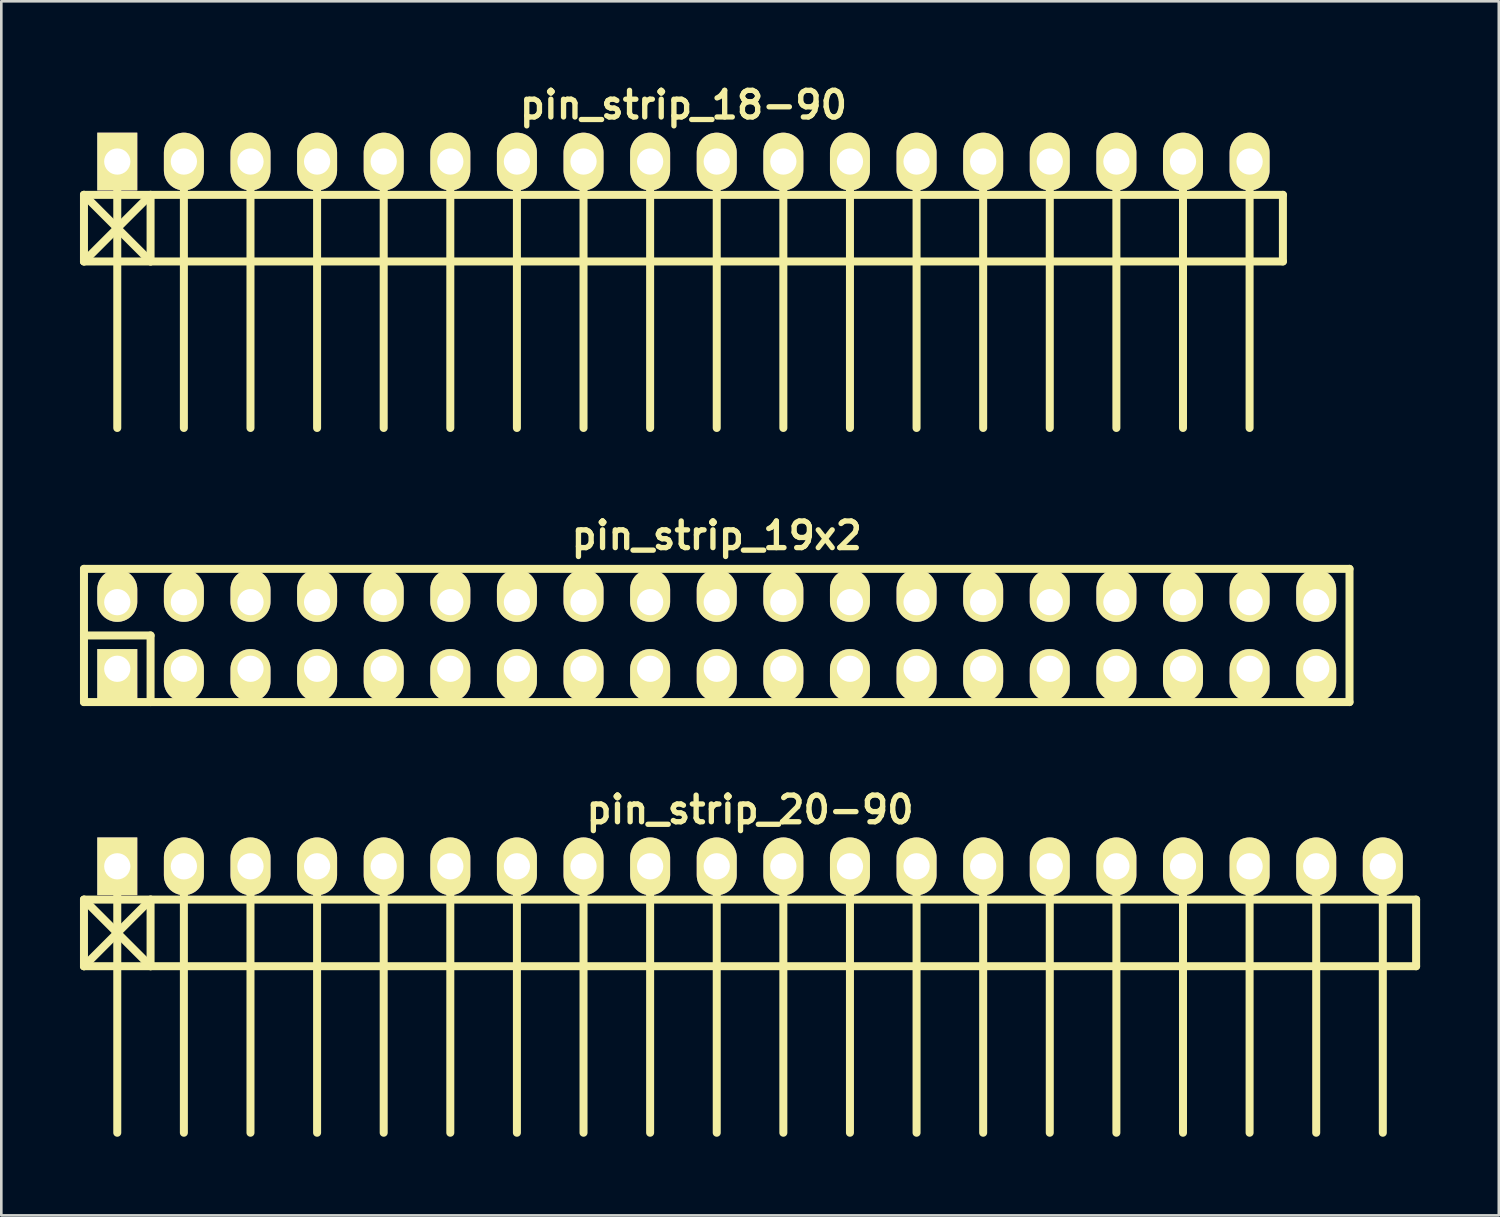
<source format=kicad_pcb>
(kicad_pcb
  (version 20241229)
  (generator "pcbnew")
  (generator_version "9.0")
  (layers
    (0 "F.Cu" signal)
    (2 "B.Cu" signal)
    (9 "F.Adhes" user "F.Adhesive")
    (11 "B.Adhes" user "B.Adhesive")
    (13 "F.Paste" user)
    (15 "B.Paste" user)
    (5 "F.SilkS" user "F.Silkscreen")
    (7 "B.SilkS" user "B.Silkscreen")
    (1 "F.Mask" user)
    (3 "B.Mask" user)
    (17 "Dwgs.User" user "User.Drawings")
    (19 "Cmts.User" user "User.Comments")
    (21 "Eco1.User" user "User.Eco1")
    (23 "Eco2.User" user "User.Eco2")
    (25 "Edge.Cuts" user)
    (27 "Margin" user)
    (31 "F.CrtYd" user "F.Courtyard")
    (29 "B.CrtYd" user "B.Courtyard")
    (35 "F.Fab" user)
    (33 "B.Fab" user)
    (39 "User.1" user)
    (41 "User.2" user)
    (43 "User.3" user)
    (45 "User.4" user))
  (footprint "pin_strip_18-90"
    (layer "F.Cu")
    (at 23.012 3.11)
    (property "Reference" "pin_strip_18-90" (at 0 -2.159 0) (layer "F.SilkS") (effects (font (size 1.016 1.016) (thickness 0.203))))
    (attr through_hole)
    (fp_line (start -22.86 1.27) (end 22.86 1.27) (stroke (width 0.305) (type solid)) (layer "F.SilkS"))
    (fp_line (start -22.86 3.81) (end -22.86 1.27) (stroke (width 0.305) (type solid)) (layer "F.SilkS"))
    (fp_line (start -22.86 3.81) (end -20.32 1.27) (stroke (width 0.305) (type solid)) (layer "F.SilkS"))
    (fp_line (start -21.59 0) (end -21.59 10.16) (stroke (width 0.305) (type solid)) (layer "F.SilkS"))
    (fp_line (start -20.32 1.27) (end -20.32 3.81) (stroke (width 0.305) (type solid)) (layer "F.SilkS"))
    (fp_line (start -20.32 3.81) (end -22.86 1.27) (stroke (width 0.305) (type solid)) (layer "F.SilkS"))
    (fp_line (start -19.05 0) (end -19.05 10.16) (stroke (width 0.305) (type solid)) (layer "F.SilkS"))
    (fp_line (start -16.51 10.16) (end -16.51 0) (stroke (width 0.305) (type solid)) (layer "F.SilkS"))
    (fp_line (start -13.97 0) (end -13.97 10.16) (stroke (width 0.305) (type solid)) (layer "F.SilkS"))
    (fp_line (start -11.43 0) (end -11.43 10.16) (stroke (width 0.305) (type solid)) (layer "F.SilkS"))
    (fp_line (start -8.89 0) (end -8.89 10.16) (stroke (width 0.305) (type solid)) (layer "F.SilkS"))
    (fp_line (start -6.35 0) (end -6.35 10.16) (stroke (width 0.305) (type solid)) (layer "F.SilkS"))
    (fp_line (start -3.81 0) (end -3.81 10.16) (stroke (width 0.305) (type solid)) (layer "F.SilkS"))
    (fp_line (start -1.27 0) (end -1.27 10.16) (stroke (width 0.305) (type solid)) (layer "F.SilkS"))
    (fp_line (start 1.27 0) (end 1.27 10.16) (stroke (width 0.305) (type solid)) (layer "F.SilkS"))
    (fp_line (start 3.81 0) (end 3.81 10.16) (stroke (width 0.305) (type solid)) (layer "F.SilkS"))
    (fp_line (start 6.35 0) (end 6.35 10.16) (stroke (width 0.305) (type solid)) (layer "F.SilkS"))
    (fp_line (start 8.89 10.16) (end 8.89 0) (stroke (width 0.305) (type solid)) (layer "F.SilkS"))
    (fp_line (start 11.43 0) (end 11.43 10.16) (stroke (width 0.305) (type solid)) (layer "F.SilkS"))
    (fp_line (start 13.97 0) (end 13.97 10.16) (stroke (width 0.305) (type solid)) (layer "F.SilkS"))
    (fp_line (start 16.51 0) (end 16.51 10.16) (stroke (width 0.305) (type solid)) (layer "F.SilkS"))
    (fp_line (start 19.05 0) (end 19.05 10.16) (stroke (width 0.305) (type solid)) (layer "F.SilkS"))
    (fp_line (start 21.59 0) (end 21.59 10.16) (stroke (width 0.305) (type solid)) (layer "F.SilkS"))
    (fp_line (start 22.86 1.27) (end 22.86 3.81) (stroke (width 0.305) (type solid)) (layer "F.SilkS"))
    (fp_line (start 22.86 3.81) (end -22.86 3.81) (stroke (width 0.305) (type solid)) (layer "F.SilkS"))
    (pad "1" thru_hole rect (at -21.59 0) (size 1.524 2.2) (drill 1.001) (layers "*.Cu" "*.Mask" "F.SilkS"))
    (pad "2" thru_hole oval (at -19.05 0) (size 1.524 2.2) (drill 1.001) (layers "*.Cu" "*.Mask" "F.SilkS"))
    (pad "3" thru_hole oval (at -16.51 0) (size 1.524 2.2) (drill 1.001) (layers "*.Cu" "*.Mask" "F.SilkS"))
    (pad "4" thru_hole oval (at -13.97 0) (size 1.524 2.2) (drill 1.001) (layers "*.Cu" "*.Mask" "F.SilkS"))
    (pad "5" thru_hole oval (at -11.43 0) (size 1.524 2.2) (drill 1.001) (layers "*.Cu" "*.Mask" "F.SilkS"))
    (pad "6" thru_hole oval (at -8.89 0) (size 1.524 2.2) (drill 1.001) (layers "*.Cu" "*.Mask" "F.SilkS"))
    (pad "7" thru_hole oval (at -6.35 0) (size 1.524 2.2) (drill 1.001) (layers "*.Cu" "*.Mask" "F.SilkS"))
    (pad "8" thru_hole oval (at -3.81 0) (size 1.524 2.2) (drill 1.001) (layers "*.Cu" "*.Mask" "F.SilkS"))
    (pad "9" thru_hole oval (at -1.27 0) (size 1.524 2.2) (drill 1.001) (layers "*.Cu" "*.Mask" "F.SilkS"))
    (pad "10" thru_hole oval (at 1.27 0) (size 1.524 2.2) (drill 1.001) (layers "*.Cu" "*.Mask" "F.SilkS"))
    (pad "11" thru_hole oval (at 3.81 0) (size 1.524 2.2) (drill 1.001) (layers "*.Cu" "*.Mask" "F.SilkS"))
    (pad "12" thru_hole oval (at 6.35 0) (size 1.524 2.2) (drill 1.001) (layers "*.Cu" "*.Mask" "F.SilkS"))
    (pad "13" thru_hole oval (at 8.89 0) (size 1.524 2.2) (drill 1.001) (layers "*.Cu" "*.Mask" "F.SilkS"))
    (pad "14" thru_hole oval (at 11.43 0) (size 1.524 2.2) (drill 1.001) (layers "*.Cu" "*.Mask" "F.SilkS"))
    (pad "15" thru_hole oval (at 13.97 0) (size 1.524 2.2) (drill 1.001) (layers "*.Cu" "*.Mask" "F.SilkS"))
    (pad "16" thru_hole oval (at 16.51 0) (size 1.524 2.2) (drill 1.001) (layers "*.Cu" "*.Mask" "F.SilkS"))
    (pad "17" thru_hole oval (at 19.05 0) (size 1.524 2.2) (drill 1.001) (layers "*.Cu" "*.Mask" "F.SilkS"))
    (pad "18" thru_hole oval (at 21.59 0) (size 1.524 2.2) (drill 1.001) (layers "*.Cu" "*.Mask" "F.SilkS")))
  (footprint "pin_strip_20-90"
    (layer "F.Cu")
    (at 25.552 29.986)
    (property "Reference" "pin_strip_20-90" (at 0 -2.159 0) (layer "F.SilkS") (effects (font (size 1.016 1.016) (thickness 0.203))))
    (attr through_hole)
    (fp_line (start -25.4 1.27) (end 25.4 1.27) (stroke (width 0.305) (type solid)) (layer "F.SilkS"))
    (fp_line (start -25.4 3.81) (end -25.4 1.27) (stroke (width 0.305) (type solid)) (layer "F.SilkS"))
    (fp_line (start -25.4 3.81) (end -22.86 1.27) (stroke (width 0.305) (type solid)) (layer "F.SilkS"))
    (fp_line (start -24.13 0) (end -24.13 10.16) (stroke (width 0.305) (type solid)) (layer "F.SilkS"))
    (fp_line (start -22.86 1.27) (end -22.86 3.81) (stroke (width 0.305) (type solid)) (layer "F.SilkS"))
    (fp_line (start -22.86 3.81) (end -25.4 1.27) (stroke (width 0.305) (type solid)) (layer "F.SilkS"))
    (fp_line (start -21.59 0) (end -21.59 10.16) (stroke (width 0.305) (type solid)) (layer "F.SilkS"))
    (fp_line (start -19.05 10.16) (end -19.05 0) (stroke (width 0.305) (type solid)) (layer "F.SilkS"))
    (fp_line (start -16.51 0) (end -16.51 10.16) (stroke (width 0.305) (type solid)) (layer "F.SilkS"))
    (fp_line (start -13.97 0) (end -13.97 10.16) (stroke (width 0.305) (type solid)) (layer "F.SilkS"))
    (fp_line (start -11.43 0) (end -11.43 10.16) (stroke (width 0.305) (type solid)) (layer "F.SilkS"))
    (fp_line (start -8.89 0) (end -8.89 10.16) (stroke (width 0.305) (type solid)) (layer "F.SilkS"))
    (fp_line (start -6.35 0) (end -6.35 10.16) (stroke (width 0.305) (type solid)) (layer "F.SilkS"))
    (fp_line (start -3.81 0) (end -3.81 10.16) (stroke (width 0.305) (type solid)) (layer "F.SilkS"))
    (fp_line (start -1.27 0) (end -1.27 10.16) (stroke (width 0.305) (type solid)) (layer "F.SilkS"))
    (fp_line (start 1.27 0) (end 1.27 10.16) (stroke (width 0.305) (type solid)) (layer "F.SilkS"))
    (fp_line (start 3.81 0) (end 3.81 10.16) (stroke (width 0.305) (type solid)) (layer "F.SilkS"))
    (fp_line (start 6.35 10.16) (end 6.35 0) (stroke (width 0.305) (type solid)) (layer "F.SilkS"))
    (fp_line (start 8.89 0) (end 8.89 10.16) (stroke (width 0.305) (type solid)) (layer "F.SilkS"))
    (fp_line (start 11.43 0) (end 11.43 10.16) (stroke (width 0.305) (type solid)) (layer "F.SilkS"))
    (fp_line (start 13.97 0) (end 13.97 10.16) (stroke (width 0.305) (type solid)) (layer "F.SilkS"))
    (fp_line (start 16.51 0) (end 16.51 10.16) (stroke (width 0.305) (type solid)) (layer "F.SilkS"))
    (fp_line (start 19.05 0) (end 19.05 10.16) (stroke (width 0.305) (type solid)) (layer "F.SilkS"))
    (fp_line (start 21.59 0) (end 21.59 10.16) (stroke (width 0.305) (type solid)) (layer "F.SilkS"))
    (fp_line (start 24.13 0) (end 24.13 10.16) (stroke (width 0.305) (type solid)) (layer "F.SilkS"))
    (fp_line (start 25.4 1.27) (end 25.4 3.81) (stroke (width 0.305) (type solid)) (layer "F.SilkS"))
    (fp_line (start 25.4 3.81) (end -25.4 3.81) (stroke (width 0.305) (type solid)) (layer "F.SilkS"))
    (pad "1" thru_hole rect (at -24.13 0) (size 1.524 2.2) (drill 1.001) (layers "*.Cu" "*.Mask" "F.SilkS"))
    (pad "2" thru_hole oval (at -21.59 0) (size 1.524 2.2) (drill 1.001) (layers "*.Cu" "*.Mask" "F.SilkS"))
    (pad "3" thru_hole oval (at -19.05 0) (size 1.524 2.2) (drill 1.001) (layers "*.Cu" "*.Mask" "F.SilkS"))
    (pad "4" thru_hole oval (at -16.51 0) (size 1.524 2.2) (drill 1.001) (layers "*.Cu" "*.Mask" "F.SilkS"))
    (pad "5" thru_hole oval (at -13.97 0) (size 1.524 2.2) (drill 1.001) (layers "*.Cu" "*.Mask" "F.SilkS"))
    (pad "6" thru_hole oval (at -11.43 0) (size 1.524 2.2) (drill 1.001) (layers "*.Cu" "*.Mask" "F.SilkS"))
    (pad "7" thru_hole oval (at -8.89 0) (size 1.524 2.2) (drill 1.001) (layers "*.Cu" "*.Mask" "F.SilkS"))
    (pad "8" thru_hole oval (at -6.35 0) (size 1.524 2.2) (drill 1.001) (layers "*.Cu" "*.Mask" "F.SilkS"))
    (pad "9" thru_hole oval (at -3.81 0) (size 1.524 2.2) (drill 1.001) (layers "*.Cu" "*.Mask" "F.SilkS"))
    (pad "10" thru_hole oval (at -1.27 0) (size 1.524 2.2) (drill 1.001) (layers "*.Cu" "*.Mask" "F.SilkS"))
    (pad "11" thru_hole oval (at 1.27 0) (size 1.524 2.2) (drill 1.001) (layers "*.Cu" "*.Mask" "F.SilkS"))
    (pad "12" thru_hole oval (at 3.81 0) (size 1.524 2.2) (drill 1.001) (layers "*.Cu" "*.Mask" "F.SilkS"))
    (pad "13" thru_hole oval (at 6.35 0) (size 1.524 2.2) (drill 1.001) (layers "*.Cu" "*.Mask" "F.SilkS"))
    (pad "14" thru_hole oval (at 8.89 0) (size 1.524 2.2) (drill 1.001) (layers "*.Cu" "*.Mask" "F.SilkS"))
    (pad "15" thru_hole oval (at 11.43 0) (size 1.524 2.2) (drill 1.001) (layers "*.Cu" "*.Mask" "F.SilkS"))
    (pad "16" thru_hole oval (at 13.97 0) (size 1.524 2.2) (drill 1.001) (layers "*.Cu" "*.Mask" "F.SilkS"))
    (pad "17" thru_hole oval (at 16.51 0) (size 1.524 2.2) (drill 1.001) (layers "*.Cu" "*.Mask" "F.SilkS"))
    (pad "18" thru_hole oval (at 19.05 0) (size 1.524 2.2) (drill 1.001) (layers "*.Cu" "*.Mask" "F.SilkS"))
    (pad "19" thru_hole oval (at 21.59 0) (size 1.524 2.2) (drill 1.001) (layers "*.Cu" "*.Mask" "F.SilkS"))
    (pad "20" thru_hole oval (at 24.13 0) (size 1.524 2.2) (drill 1.001) (layers "*.Cu" "*.Mask" "F.SilkS")))
  (footprint "pin_strip_19x2"
    (layer "F.Cu")
    (at 24.282 21.183)
    (property "Reference" "pin_strip_19x2" (at 0 -3.81 0) (layer "F.SilkS") (effects (font (size 1.016 1.016) (thickness 0.203))))
    (attr through_hole)
    (fp_line (start -24.13 -2.54) (end -24.13 2.54) (stroke (width 0.305) (type solid)) (layer "F.SilkS"))
    (fp_line (start -24.13 -2.54) (end 24.13 -2.54) (stroke (width 0.305) (type solid)) (layer "F.SilkS"))
    (fp_line (start -24.13 0) (end -21.59 0) (stroke (width 0.305) (type solid)) (layer "F.SilkS"))
    (fp_line (start -21.59 0) (end -21.59 2.54) (stroke (width 0.305) (type solid)) (layer "F.SilkS"))
    (fp_line (start 24.13 2.54) (end -24.13 2.54) (stroke (width 0.305) (type solid)) (layer "F.SilkS"))
    (fp_line (start 24.13 2.54) (end 24.13 -2.54) (stroke (width 0.305) (type solid)) (layer "F.SilkS"))
    (pad "1" thru_hole rect (at -22.86 1.27) (size 1.524 1.999) (drill 1.001 (offset 0 0.249)) (layers "*.Cu" "*.Mask" "F.SilkS"))
    (pad "2" thru_hole oval (at -22.86 -1.27) (size 1.524 1.999) (drill 1.001 (offset 0 -0.249)) (layers "*.Cu" "*.Mask" "F.SilkS"))
    (pad "3" thru_hole oval (at -20.32 1.27) (size 1.524 1.999) (drill 1.001 (offset 0 0.249)) (layers "*.Cu" "*.Mask" "F.SilkS"))
    (pad "4" thru_hole oval (at -20.32 -1.27) (size 1.524 1.999) (drill 1.001 (offset 0 -0.249)) (layers "*.Cu" "*.Mask" "F.SilkS"))
    (pad "5" thru_hole oval (at -17.78 1.27) (size 1.524 1.999) (drill 1.001 (offset 0 0.249)) (layers "*.Cu" "*.Mask" "F.SilkS"))
    (pad "6" thru_hole oval (at -17.78 -1.27) (size 1.524 1.999) (drill 1.001 (offset 0 -0.249)) (layers "*.Cu" "*.Mask" "F.SilkS"))
    (pad "7" thru_hole oval (at -15.24 1.27) (size 1.524 1.999) (drill 1.001 (offset 0 0.249)) (layers "*.Cu" "*.Mask" "F.SilkS"))
    (pad "8" thru_hole oval (at -15.24 -1.27) (size 1.524 1.999) (drill 1.001 (offset 0 -0.249)) (layers "*.Cu" "*.Mask" "F.SilkS"))
    (pad "9" thru_hole oval (at -12.7 1.27) (size 1.524 1.999) (drill 1.001 (offset 0 0.249)) (layers "*.Cu" "*.Mask" "F.SilkS"))
    (pad "10" thru_hole oval (at -12.7 -1.27) (size 1.524 1.999) (drill 1.001 (offset 0 -0.249)) (layers "*.Cu" "*.Mask" "F.SilkS"))
    (pad "11" thru_hole oval (at -10.16 1.27) (size 1.524 1.999) (drill 1.001 (offset 0 0.249)) (layers "*.Cu" "*.Mask" "F.SilkS"))
    (pad "12" thru_hole oval (at -10.16 -1.27) (size 1.524 1.999) (drill 1.001 (offset 0 -0.249)) (layers "*.Cu" "*.Mask" "F.SilkS"))
    (pad "13" thru_hole oval (at -7.62 1.27) (size 1.524 1.999) (drill 1.001 (offset 0 0.249)) (layers "*.Cu" "*.Mask" "F.SilkS"))
    (pad "14" thru_hole oval (at -7.62 -1.27) (size 1.524 1.999) (drill 1.001 (offset 0 -0.249)) (layers "*.Cu" "*.Mask" "F.SilkS"))
    (pad "15" thru_hole oval (at -5.08 1.27) (size 1.524 1.999) (drill 1.001 (offset 0 0.249)) (layers "*.Cu" "*.Mask" "F.SilkS"))
    (pad "16" thru_hole oval (at -5.08 -1.27) (size 1.524 1.999) (drill 1.001 (offset 0 -0.249)) (layers "*.Cu" "*.Mask" "F.SilkS"))
    (pad "17" thru_hole oval (at -2.54 1.27) (size 1.524 1.999) (drill 1.001 (offset 0 0.249)) (layers "*.Cu" "*.Mask" "F.SilkS"))
    (pad "18" thru_hole oval (at -2.54 -1.27) (size 1.524 1.999) (drill 1.001 (offset 0 -0.249)) (layers "*.Cu" "*.Mask" "F.SilkS"))
    (pad "19" thru_hole oval (at 0 1.27) (size 1.524 1.999) (drill 1.001 (offset 0 0.249)) (layers "*.Cu" "*.Mask" "F.SilkS"))
    (pad "20" thru_hole oval (at 0 -1.27) (size 1.524 1.999) (drill 1.001 (offset 0 -0.249)) (layers "*.Cu" "*.Mask" "F.SilkS"))
    (pad "21" thru_hole oval (at 2.54 1.27) (size 1.524 1.999) (drill 1.001 (offset 0 0.249)) (layers "*.Cu" "*.Mask" "F.SilkS"))
    (pad "22" thru_hole oval (at 2.54 -1.27) (size 1.524 1.999) (drill 1.001 (offset 0 -0.249)) (layers "*.Cu" "*.Mask" "F.SilkS"))
    (pad "23" thru_hole oval (at 5.08 1.27) (size 1.524 1.999) (drill 1.001 (offset 0 0.249)) (layers "*.Cu" "*.Mask" "F.SilkS"))
    (pad "24" thru_hole oval (at 5.08 -1.27) (size 1.524 1.999) (drill 1.001 (offset 0 -0.249)) (layers "*.Cu" "*.Mask" "F.SilkS"))
    (pad "25" thru_hole oval (at 7.62 1.27) (size 1.524 1.999) (drill 1.001 (offset 0 0.249)) (layers "*.Cu" "*.Mask" "F.SilkS"))
    (pad "26" thru_hole oval (at 7.62 -1.27) (size 1.524 1.999) (drill 1.001 (offset 0 -0.249)) (layers "*.Cu" "*.Mask" "F.SilkS"))
    (pad "27" thru_hole oval (at 10.16 1.27) (size 1.524 1.999) (drill 1.001 (offset 0 0.249)) (layers "*.Cu" "*.Mask" "F.SilkS"))
    (pad "28" thru_hole oval (at 10.16 -1.27) (size 1.524 1.999) (drill 1.001 (offset 0 -0.249)) (layers "*.Cu" "*.Mask" "F.SilkS"))
    (pad "29" thru_hole oval (at 12.7 1.27) (size 1.524 1.999) (drill 1.001 (offset 0 0.249)) (layers "*.Cu" "*.Mask" "F.SilkS"))
    (pad "30" thru_hole oval (at 12.7 -1.27) (size 1.524 1.999) (drill 1.001 (offset 0 -0.249)) (layers "*.Cu" "*.Mask" "F.SilkS"))
    (pad "31" thru_hole oval (at 15.24 1.27) (size 1.524 1.999) (drill 1.001 (offset 0 0.249)) (layers "*.Cu" "*.Mask" "F.SilkS"))
    (pad "32" thru_hole oval (at 15.24 -1.27) (size 1.524 1.999) (drill 1.001 (offset 0 -0.249)) (layers "*.Cu" "*.Mask" "F.SilkS"))
    (pad "33" thru_hole oval (at 17.78 1.27) (size 1.524 1.999) (drill 1.001 (offset 0 0.249)) (layers "*.Cu" "*.Mask" "F.SilkS"))
    (pad "34" thru_hole oval (at 17.78 -1.27) (size 1.524 1.999) (drill 1.001 (offset 0 -0.249)) (layers "*.Cu" "*.Mask" "F.SilkS"))
    (pad "35" thru_hole oval (at 20.32 1.27) (size 1.524 1.999) (drill 1.001 (offset 0 0.249)) (layers "*.Cu" "*.Mask" "F.SilkS"))
    (pad "36" thru_hole oval (at 20.32 -1.27) (size 1.524 1.999) (drill 1.001 (offset 0 -0.249)) (layers "*.Cu" "*.Mask" "F.SilkS"))
    (pad "37" thru_hole oval (at 22.86 1.27) (size 1.524 1.999) (drill 1.001 (offset 0 0.249)) (layers "*.Cu" "*.Mask" "F.SilkS"))
    (pad "38" thru_hole oval (at 22.86 -1.27) (size 1.524 1.999) (drill 1.001 (offset 0 -0.249)) (layers "*.Cu" "*.Mask" "F.SilkS")))
  (gr_rect
    (start -3 -3)
    (end 54.105 43.298)
    (stroke (width 0.1) (type default))
    (fill no)
    (layer "Edge.Cuts")))
</source>
